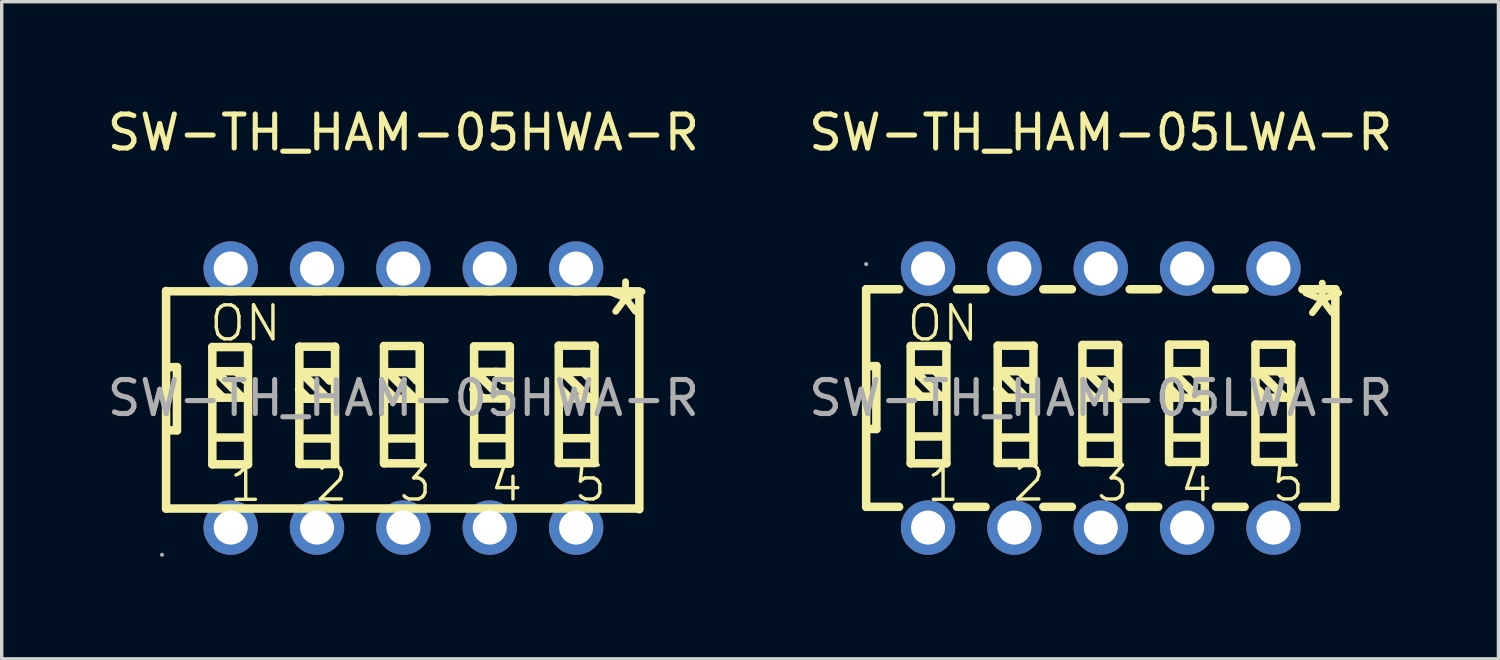
<source format=kicad_pcb>
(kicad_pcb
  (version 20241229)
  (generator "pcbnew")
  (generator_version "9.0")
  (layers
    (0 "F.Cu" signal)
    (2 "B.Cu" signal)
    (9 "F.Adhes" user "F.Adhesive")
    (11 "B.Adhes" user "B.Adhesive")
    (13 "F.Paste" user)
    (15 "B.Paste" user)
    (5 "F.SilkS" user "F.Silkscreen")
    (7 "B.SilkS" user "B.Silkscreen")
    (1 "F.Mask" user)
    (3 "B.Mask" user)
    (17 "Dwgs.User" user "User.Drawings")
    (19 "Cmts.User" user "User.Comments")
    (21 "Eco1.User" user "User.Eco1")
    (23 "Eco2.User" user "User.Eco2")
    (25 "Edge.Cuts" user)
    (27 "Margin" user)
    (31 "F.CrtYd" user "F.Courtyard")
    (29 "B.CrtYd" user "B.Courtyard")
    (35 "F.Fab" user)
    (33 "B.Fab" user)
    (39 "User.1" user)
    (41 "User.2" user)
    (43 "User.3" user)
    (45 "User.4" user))
  (footprint "SW-TH_HAM-05HWA-R"
    (layer "F.Cu")
    (at 8.815 8.658)
    (property "Reference" "SW-TH_HAM-05HWA-R" (at 0 -7.81 0) (layer "F.SilkS") (effects (font (size 1 1) (thickness 0.15))))
    (attr through_hole)
    (fp_line (start -6.98 -3.15) (end -6.98 3.25) (stroke (width 0.25) (type solid)) (layer "F.SilkS"))
    (fp_line (start -6.98 -3.14) (end 6.93 -3.14) (stroke (width 0.25) (type solid)) (layer "F.SilkS"))
    (fp_line (start -6.98 3.25) (end 6.93 3.25) (stroke (width 0.25) (type solid)) (layer "F.SilkS"))
    (fp_line (start -6.96 -0.91) (end -6.66 -0.91) (stroke (width 0.25) (type solid)) (layer "F.SilkS"))
    (fp_line (start -6.66 -0.91) (end -6.66 0.95) (stroke (width 0.25) (type solid)) (layer "F.SilkS"))
    (fp_line (start -6.66 0.95) (end -6.94 0.95) (stroke (width 0.25) (type solid)) (layer "F.SilkS"))
    (fp_line (start -5.62 -1.5) (end -5.62 1.95) (stroke (width 0.25) (type solid)) (layer "F.SilkS"))
    (fp_line (start -5.62 1.95) (end -4.57 1.95) (stroke (width 0.25) (type solid)) (layer "F.SilkS"))
    (fp_line (start -5.52 -0.79) (end -4.77 -0.04) (stroke (width 0.25) (type solid)) (layer "F.SilkS"))
    (fp_line (start -5.51 -0.01) (end -4.64 -0.01) (stroke (width 0.25) (type solid)) (layer "F.SilkS"))
    (fp_line (start -5.49 -0.79) (end -4.62 -0.79) (stroke (width 0.25) (type solid)) (layer "F.SilkS"))
    (fp_line (start -5.49 1.16) (end -4.62 1.16) (stroke (width 0.25) (type solid)) (layer "F.SilkS"))
    (fp_line (start -5.31 -0.01) (end -5.58 -0.28) (stroke (width 0.25) (type solid)) (layer "F.SilkS"))
    (fp_line (start -4.92 -0.79) (end -4.68 -0.55) (stroke (width 0.25) (type solid)) (layer "F.SilkS"))
    (fp_line (start -4.77 -0.04) (end -4.77 -0.01) (stroke (width 0.25) (type solid)) (layer "F.SilkS"))
    (fp_line (start -4.68 -0.55) (end -4.65 -0.55) (stroke (width 0.25) (type solid)) (layer "F.SilkS"))
    (fp_line (start -4.57 -1.5) (end -5.62 -1.5) (stroke (width 0.25) (type solid)) (layer "F.SilkS"))
    (fp_line (start -4.57 -1.47) (end -4.57 -1.5) (stroke (width 0.25) (type solid)) (layer "F.SilkS"))
    (fp_line (start -4.57 1.95) (end -4.57 -1.47) (stroke (width 0.25) (type solid)) (layer "F.SilkS"))
    (fp_line (start -3.06 -1.51) (end -3.06 1.94) (stroke (width 0.25) (type solid)) (layer "F.SilkS"))
    (fp_line (start -3.06 1.94) (end -2.01 1.94) (stroke (width 0.25) (type solid)) (layer "F.SilkS"))
    (fp_line (start -3.01 -0.76) (end -2.26 -0.01) (stroke (width 0.25) (type solid)) (layer "F.SilkS"))
    (fp_line (start -3 0.02) (end -2.13 0.02) (stroke (width 0.25) (type solid)) (layer "F.SilkS"))
    (fp_line (start -2.98 -0.76) (end -2.11 -0.76) (stroke (width 0.25) (type solid)) (layer "F.SilkS"))
    (fp_line (start -2.98 1.19) (end -2.11 1.19) (stroke (width 0.25) (type solid)) (layer "F.SilkS"))
    (fp_line (start -2.8 0.02) (end -3.07 -0.25) (stroke (width 0.25) (type solid)) (layer "F.SilkS"))
    (fp_line (start -2.41 -0.76) (end -2.17 -0.52) (stroke (width 0.25) (type solid)) (layer "F.SilkS"))
    (fp_line (start -2.26 -0.01) (end -2.26 0.02) (stroke (width 0.25) (type solid)) (layer "F.SilkS"))
    (fp_line (start -2.17 -0.52) (end -2.14 -0.52) (stroke (width 0.25) (type solid)) (layer "F.SilkS"))
    (fp_line (start -2.01 -1.51) (end -3.06 -1.51) (stroke (width 0.25) (type solid)) (layer "F.SilkS"))
    (fp_line (start -2.01 -1.48) (end -2.01 -1.51) (stroke (width 0.25) (type solid)) (layer "F.SilkS"))
    (fp_line (start -2.01 1.94) (end -2.01 -1.48) (stroke (width 0.25) (type solid)) (layer "F.SilkS"))
    (fp_line (start -0.57 -1.53) (end -0.57 1.92) (stroke (width 0.25) (type solid)) (layer "F.SilkS"))
    (fp_line (start -0.57 1.92) (end 0.48 1.92) (stroke (width 0.25) (type solid)) (layer "F.SilkS"))
    (fp_line (start -0.45 -0.76) (end 0.3 -0.01) (stroke (width 0.25) (type solid)) (layer "F.SilkS"))
    (fp_line (start -0.44 0.02) (end 0.43 0.02) (stroke (width 0.25) (type solid)) (layer "F.SilkS"))
    (fp_line (start -0.42 -0.76) (end 0.45 -0.76) (stroke (width 0.25) (type solid)) (layer "F.SilkS"))
    (fp_line (start -0.42 1.19) (end 0.45 1.19) (stroke (width 0.25) (type solid)) (layer "F.SilkS"))
    (fp_line (start -0.24 0.02) (end -0.51 -0.25) (stroke (width 0.25) (type solid)) (layer "F.SilkS"))
    (fp_line (start 0.15 -0.76) (end 0.39 -0.52) (stroke (width 0.25) (type solid)) (layer "F.SilkS"))
    (fp_line (start 0.3 -0.01) (end 0.3 0.02) (stroke (width 0.25) (type solid)) (layer "F.SilkS"))
    (fp_line (start 0.39 -0.52) (end 0.42 -0.52) (stroke (width 0.25) (type solid)) (layer "F.SilkS"))
    (fp_line (start 0.48 -1.53) (end -0.57 -1.53) (stroke (width 0.25) (type solid)) (layer "F.SilkS"))
    (fp_line (start 0.48 -1.5) (end 0.48 -1.53) (stroke (width 0.25) (type solid)) (layer "F.SilkS"))
    (fp_line (start 0.48 1.92) (end 0.48 -1.5) (stroke (width 0.25) (type solid)) (layer "F.SilkS"))
    (fp_line (start 2.08 -1.52) (end 2.08 1.93) (stroke (width 0.25) (type solid)) (layer "F.SilkS"))
    (fp_line (start 2.08 1.93) (end 3.13 1.93) (stroke (width 0.25) (type solid)) (layer "F.SilkS"))
    (fp_line (start 2.12 -0.77) (end 2.87 -0.02) (stroke (width 0.25) (type solid)) (layer "F.SilkS"))
    (fp_line (start 2.13 0.01) (end 3 0.01) (stroke (width 0.25) (type solid)) (layer "F.SilkS"))
    (fp_line (start 2.15 -0.77) (end 3.02 -0.77) (stroke (width 0.25) (type solid)) (layer "F.SilkS"))
    (fp_line (start 2.15 1.18) (end 3.02 1.18) (stroke (width 0.25) (type solid)) (layer "F.SilkS"))
    (fp_line (start 2.33 0.01) (end 2.06 -0.26) (stroke (width 0.25) (type solid)) (layer "F.SilkS"))
    (fp_line (start 2.72 -0.77) (end 2.96 -0.53) (stroke (width 0.25) (type solid)) (layer "F.SilkS"))
    (fp_line (start 2.87 -0.02) (end 2.87 0.01) (stroke (width 0.25) (type solid)) (layer "F.SilkS"))
    (fp_line (start 2.96 -0.53) (end 2.99 -0.53) (stroke (width 0.25) (type solid)) (layer "F.SilkS"))
    (fp_line (start 3.13 -1.52) (end 2.08 -1.52) (stroke (width 0.25) (type solid)) (layer "F.SilkS"))
    (fp_line (start 3.13 -1.49) (end 3.13 -1.52) (stroke (width 0.25) (type solid)) (layer "F.SilkS"))
    (fp_line (start 3.13 1.93) (end 3.13 -1.49) (stroke (width 0.25) (type solid)) (layer "F.SilkS"))
    (fp_line (start 4.57 -1.54) (end 4.57 1.91) (stroke (width 0.25) (type solid)) (layer "F.SilkS"))
    (fp_line (start 4.57 1.91) (end 5.62 1.91) (stroke (width 0.25) (type solid)) (layer "F.SilkS"))
    (fp_line (start 4.69 -0.77) (end 5.44 -0.02) (stroke (width 0.25) (type solid)) (layer "F.SilkS"))
    (fp_line (start 4.7 0.01) (end 5.57 0.01) (stroke (width 0.25) (type solid)) (layer "F.SilkS"))
    (fp_line (start 4.72 -0.77) (end 5.59 -0.77) (stroke (width 0.25) (type solid)) (layer "F.SilkS"))
    (fp_line (start 4.72 1.18) (end 5.59 1.18) (stroke (width 0.25) (type solid)) (layer "F.SilkS"))
    (fp_line (start 4.9 0.01) (end 4.63 -0.26) (stroke (width 0.25) (type solid)) (layer "F.SilkS"))
    (fp_line (start 5.29 -0.77) (end 5.53 -0.53) (stroke (width 0.25) (type solid)) (layer "F.SilkS"))
    (fp_line (start 5.44 -0.02) (end 5.44 0.01) (stroke (width 0.25) (type solid)) (layer "F.SilkS"))
    (fp_line (start 5.53 -0.53) (end 5.56 -0.53) (stroke (width 0.25) (type solid)) (layer "F.SilkS"))
    (fp_line (start 5.62 -1.54) (end 4.57 -1.54) (stroke (width 0.25) (type solid)) (layer "F.SilkS"))
    (fp_line (start 5.62 -1.51) (end 5.62 -1.54) (stroke (width 0.25) (type solid)) (layer "F.SilkS"))
    (fp_line (start 5.62 1.91) (end 5.62 -1.51) (stroke (width 0.25) (type solid)) (layer "F.SilkS"))
    (fp_line (start 6.94 -3.13) (end 6.94 3.27) (stroke (width 0.25) (type solid)) (layer "F.SilkS"))
    (fp_circle (center -7.1 4.61) (end -7.07 4.61) (stroke (width 0.06) (type solid)) (fill no) (layer "F.Fab"))
    (fp_circle (center -5.08 -3.81) (end -4.88 -3.81) (stroke (width 0.4) (type solid)) (fill no) (layer "F.Fab"))
    (fp_circle (center -5.08 3.81) (end -4.88 3.81) (stroke (width 0.4) (type solid)) (fill no) (layer "F.Fab"))
    (fp_circle (center -2.54 -3.81) (end -2.34 -3.81) (stroke (width 0.4) (type solid)) (fill no) (layer "F.Fab"))
    (fp_circle (center -2.54 3.81) (end -2.34 3.81) (stroke (width 0.4) (type solid)) (fill no) (layer "F.Fab"))
    (fp_circle (center 0 -3.81) (end 0.2 -3.81) (stroke (width 0.4) (type solid)) (fill no) (layer "F.Fab"))
    (fp_circle (center 0 3.81) (end 0.2 3.81) (stroke (width 0.4) (type solid)) (fill no) (layer "F.Fab"))
    (fp_circle (center 2.54 -3.81) (end 2.74 -3.81) (stroke (width 0.4) (type solid)) (fill no) (layer "F.Fab"))
    (fp_circle (center 2.54 3.81) (end 2.74 3.81) (stroke (width 0.4) (type solid)) (fill no) (layer "F.Fab"))
    (fp_circle (center 5.08 -3.81) (end 5.28 -3.81) (stroke (width 0.4) (type solid)) (fill no) (layer "F.Fab"))
    (fp_circle (center 5.08 3.81) (end 5.28 3.81) (stroke (width 0.4) (type solid)) (fill no) (layer "F.Fab"))
    (fp_text user "3" (at -0.19 2.51 0) (layer "F.SilkS") (effects (font (size 1 1) (thickness 0.1)) (justify left)))
    (fp_text user "2" (at -2.65 2.51 0) (layer "F.SilkS") (effects (font (size 1 1) (thickness 0.1)) (justify left)))
    (fp_text user "5" (at 4.95 2.51 0) (layer "F.SilkS") (effects (font (size 1 1) (thickness 0.1)) (justify left)))
    (fp_text user "1" (at -5.18 2.52 0) (layer "F.SilkS") (effects (font (size 1 1) (thickness 0.1)) (justify left)))
    (fp_text user "*" (at 5.63 -2.32 0) (layer "F.SilkS") (effects (font (size 2.03 2.03) (thickness 0.2)) (justify left)))
    (fp_text user "4" (at 2.49 2.51 0) (layer "F.SilkS") (effects (font (size 1 1) (thickness 0.1)) (justify left)))
    (fp_text user "ON" (at -5.76 -2.2 0) (layer "F.SilkS") (effects (font (size 1 1) (thickness 0.1)) (justify left)))
    (fp_text user "${REFERENCE}" (at 0 0 0) (layer "F.Fab") (effects (font (size 1 1) (thickness 0.15))))
    (pad "1" thru_hole circle (at -5.08 3.81) (size 1.6 1.6) (drill 1) (layers "*.Cu" "*.Paste" "*.Mask"))
    (pad "2" thru_hole circle (at -2.54 3.81) (size 1.6 1.6) (drill 1) (layers "*.Cu" "*.Paste" "*.Mask"))
    (pad "3" thru_hole circle (at 0 3.81) (size 1.6 1.6) (drill 1) (layers "*.Cu" "*.Paste" "*.Mask"))
    (pad "4" thru_hole circle (at 2.54 3.81) (size 1.6 1.6) (drill 1) (layers "*.Cu" "*.Paste" "*.Mask"))
    (pad "5" thru_hole circle (at 5.08 3.81) (size 1.6 1.6) (drill 1) (layers "*.Cu" "*.Paste" "*.Mask"))
    (pad "6" thru_hole circle (at 5.08 -3.81) (size 1.6 1.6) (drill 1) (layers "*.Cu" "*.Paste" "*.Mask"))
    (pad "7" thru_hole circle (at 2.54 -3.81) (size 1.6 1.6) (drill 1) (layers "*.Cu" "*.Paste" "*.Mask"))
    (pad "8" thru_hole circle (at 0 -3.81) (size 1.6 1.6) (drill 1) (layers "*.Cu" "*.Paste" "*.Mask"))
    (pad "9" thru_hole circle (at -2.54 -3.81) (size 1.6 1.6) (drill 1) (layers "*.Cu" "*.Paste" "*.Mask"))
    (pad "10" thru_hole circle (at -5.08 -3.81) (size 1.6 1.6) (drill 1) (layers "*.Cu" "*.Paste" "*.Mask")))
  (footprint "SW-TH_HAM-05LWA-R"
    (layer "F.Cu")
    (at 29.327 8.658)
    (property "Reference" "SW-TH_HAM-05LWA-R" (at 0 -7.81 0) (layer "F.SilkS") (effects (font (size 1 1) (thickness 0.15))))
    (attr through_hole)
    (fp_line (start -6.9 -0.94) (end -6.6 -0.94) (stroke (width 0.25) (type solid)) (layer "F.SilkS"))
    (fp_line (start -6.9 3.2) (end -6.9 -3.2) (stroke (width 0.25) (type solid)) (layer "F.SilkS"))
    (fp_line (start -6.6 -0.94) (end -6.6 0.91) (stroke (width 0.25) (type solid)) (layer "F.SilkS"))
    (fp_line (start -6.6 0.91) (end -6.87 0.91) (stroke (width 0.25) (type solid)) (layer "F.SilkS"))
    (fp_line (start -5.93 -3.2) (end -6.9 -3.2) (stroke (width 0.25) (type solid)) (layer "F.SilkS"))
    (fp_line (start -5.93 3.2) (end -6.9 3.2) (stroke (width 0.25) (type solid)) (layer "F.SilkS"))
    (fp_line (start -5.59 -1.53) (end -5.59 1.92) (stroke (width 0.25) (type solid)) (layer "F.SilkS"))
    (fp_line (start -5.59 1.92) (end -4.54 1.92) (stroke (width 0.25) (type solid)) (layer "F.SilkS"))
    (fp_line (start -5.49 -0.82) (end -4.74 -0.07) (stroke (width 0.25) (type solid)) (layer "F.SilkS"))
    (fp_line (start -5.48 -0.04) (end -4.61 -0.04) (stroke (width 0.25) (type solid)) (layer "F.SilkS"))
    (fp_line (start -5.46 -0.82) (end -4.59 -0.82) (stroke (width 0.25) (type solid)) (layer "F.SilkS"))
    (fp_line (start -5.46 1.13) (end -4.59 1.13) (stroke (width 0.25) (type solid)) (layer "F.SilkS"))
    (fp_line (start -5.28 -0.04) (end -5.55 -0.31) (stroke (width 0.25) (type solid)) (layer "F.SilkS"))
    (fp_line (start -4.89 -0.82) (end -4.65 -0.58) (stroke (width 0.25) (type solid)) (layer "F.SilkS"))
    (fp_line (start -4.74 -0.07) (end -4.74 -0.04) (stroke (width 0.25) (type solid)) (layer "F.SilkS"))
    (fp_line (start -4.65 -0.58) (end -4.62 -0.58) (stroke (width 0.25) (type solid)) (layer "F.SilkS"))
    (fp_line (start -4.54 -1.53) (end -5.59 -1.53) (stroke (width 0.25) (type solid)) (layer "F.SilkS"))
    (fp_line (start -4.54 -1.5) (end -4.54 -1.53) (stroke (width 0.25) (type solid)) (layer "F.SilkS"))
    (fp_line (start -4.54 1.92) (end -4.54 -1.5) (stroke (width 0.25) (type solid)) (layer "F.SilkS"))
    (fp_line (start -3.39 -3.2) (end -4.23 -3.2) (stroke (width 0.25) (type solid)) (layer "F.SilkS"))
    (fp_line (start -3.39 3.2) (end -4.23 3.2) (stroke (width 0.25) (type solid)) (layer "F.SilkS"))
    (fp_line (start -3.03 -1.54) (end -3.03 1.91) (stroke (width 0.25) (type solid)) (layer "F.SilkS"))
    (fp_line (start -3.03 1.91) (end -1.98 1.91) (stroke (width 0.25) (type solid)) (layer "F.SilkS"))
    (fp_line (start -2.98 -0.79) (end -2.23 -0.04) (stroke (width 0.25) (type solid)) (layer "F.SilkS"))
    (fp_line (start -2.97 -0.01) (end -2.1 -0.01) (stroke (width 0.25) (type solid)) (layer "F.SilkS"))
    (fp_line (start -2.95 -0.79) (end -2.08 -0.79) (stroke (width 0.25) (type solid)) (layer "F.SilkS"))
    (fp_line (start -2.95 1.16) (end -2.08 1.16) (stroke (width 0.25) (type solid)) (layer "F.SilkS"))
    (fp_line (start -2.77 -0.01) (end -3.04 -0.28) (stroke (width 0.25) (type solid)) (layer "F.SilkS"))
    (fp_line (start -2.38 -0.79) (end -2.14 -0.55) (stroke (width 0.25) (type solid)) (layer "F.SilkS"))
    (fp_line (start -2.23 -0.04) (end -2.23 -0.01) (stroke (width 0.25) (type solid)) (layer "F.SilkS"))
    (fp_line (start -2.14 -0.55) (end -2.11 -0.55) (stroke (width 0.25) (type solid)) (layer "F.SilkS"))
    (fp_line (start -1.98 -1.54) (end -3.03 -1.54) (stroke (width 0.25) (type solid)) (layer "F.SilkS"))
    (fp_line (start -1.98 -1.51) (end -1.98 -1.54) (stroke (width 0.25) (type solid)) (layer "F.SilkS"))
    (fp_line (start -1.98 1.91) (end -1.98 -1.51) (stroke (width 0.25) (type solid)) (layer "F.SilkS"))
    (fp_line (start -0.85 -3.2) (end -1.69 -3.2) (stroke (width 0.25) (type solid)) (layer "F.SilkS"))
    (fp_line (start -0.85 3.2) (end -1.69 3.2) (stroke (width 0.25) (type solid)) (layer "F.SilkS"))
    (fp_line (start -0.54 -1.56) (end -0.54 1.89) (stroke (width 0.25) (type solid)) (layer "F.SilkS"))
    (fp_line (start -0.54 1.89) (end 0.51 1.89) (stroke (width 0.25) (type solid)) (layer "F.SilkS"))
    (fp_line (start -0.42 -0.79) (end 0.33 -0.04) (stroke (width 0.25) (type solid)) (layer "F.SilkS"))
    (fp_line (start -0.41 -0.01) (end 0.46 -0.01) (stroke (width 0.25) (type solid)) (layer "F.SilkS"))
    (fp_line (start -0.39 -0.79) (end 0.48 -0.79) (stroke (width 0.25) (type solid)) (layer "F.SilkS"))
    (fp_line (start -0.39 1.16) (end 0.48 1.16) (stroke (width 0.25) (type solid)) (layer "F.SilkS"))
    (fp_line (start -0.21 -0.01) (end -0.48 -0.28) (stroke (width 0.25) (type solid)) (layer "F.SilkS"))
    (fp_line (start 0.18 -0.79) (end 0.42 -0.55) (stroke (width 0.25) (type solid)) (layer "F.SilkS"))
    (fp_line (start 0.33 -0.04) (end 0.33 -0.01) (stroke (width 0.25) (type solid)) (layer "F.SilkS"))
    (fp_line (start 0.42 -0.55) (end 0.45 -0.55) (stroke (width 0.25) (type solid)) (layer "F.SilkS"))
    (fp_line (start 0.51 -1.56) (end -0.54 -1.56) (stroke (width 0.25) (type solid)) (layer "F.SilkS"))
    (fp_line (start 0.51 -1.53) (end 0.51 -1.56) (stroke (width 0.25) (type solid)) (layer "F.SilkS"))
    (fp_line (start 0.51 1.89) (end 0.51 -1.53) (stroke (width 0.25) (type solid)) (layer "F.SilkS"))
    (fp_line (start 0.85 -3.2) (end 1.69 -3.2) (stroke (width 0.25) (type solid)) (layer "F.SilkS"))
    (fp_line (start 0.85 3.2) (end 1.69 3.2) (stroke (width 0.25) (type solid)) (layer "F.SilkS"))
    (fp_line (start 2.01 -1.57) (end 2.01 1.88) (stroke (width 0.25) (type solid)) (layer "F.SilkS"))
    (fp_line (start 2.01 1.88) (end 3.06 1.88) (stroke (width 0.25) (type solid)) (layer "F.SilkS"))
    (fp_line (start 2.09 -0.79) (end 2.84 -0.04) (stroke (width 0.25) (type solid)) (layer "F.SilkS"))
    (fp_line (start 2.1 -0.01) (end 2.97 -0.01) (stroke (width 0.25) (type solid)) (layer "F.SilkS"))
    (fp_line (start 2.12 -0.79) (end 2.99 -0.79) (stroke (width 0.25) (type solid)) (layer "F.SilkS"))
    (fp_line (start 2.12 1.16) (end 2.99 1.16) (stroke (width 0.25) (type solid)) (layer "F.SilkS"))
    (fp_line (start 2.3 -0.01) (end 2.03 -0.28) (stroke (width 0.25) (type solid)) (layer "F.SilkS"))
    (fp_line (start 2.69 -0.79) (end 2.93 -0.55) (stroke (width 0.25) (type solid)) (layer "F.SilkS"))
    (fp_line (start 2.84 -0.04) (end 2.84 -0.01) (stroke (width 0.25) (type solid)) (layer "F.SilkS"))
    (fp_line (start 2.93 -0.55) (end 2.96 -0.55) (stroke (width 0.25) (type solid)) (layer "F.SilkS"))
    (fp_line (start 3.06 -1.57) (end 2.01 -1.57) (stroke (width 0.25) (type solid)) (layer "F.SilkS"))
    (fp_line (start 3.06 -1.54) (end 3.06 -1.57) (stroke (width 0.25) (type solid)) (layer "F.SilkS"))
    (fp_line (start 3.06 1.88) (end 3.06 -1.54) (stroke (width 0.25) (type solid)) (layer "F.SilkS"))
    (fp_line (start 3.39 -3.2) (end 4.23 -3.2) (stroke (width 0.25) (type solid)) (layer "F.SilkS"))
    (fp_line (start 3.39 3.2) (end 4.23 3.2) (stroke (width 0.25) (type solid)) (layer "F.SilkS"))
    (fp_line (start 4.55 -1.57) (end 4.55 1.88) (stroke (width 0.25) (type solid)) (layer "F.SilkS"))
    (fp_line (start 4.55 1.88) (end 5.6 1.88) (stroke (width 0.25) (type solid)) (layer "F.SilkS"))
    (fp_line (start 4.64 -0.79) (end 5.39 -0.04) (stroke (width 0.25) (type solid)) (layer "F.SilkS"))
    (fp_line (start 4.65 -0.01) (end 5.52 -0.01) (stroke (width 0.25) (type solid)) (layer "F.SilkS"))
    (fp_line (start 4.67 -0.79) (end 5.54 -0.79) (stroke (width 0.25) (type solid)) (layer "F.SilkS"))
    (fp_line (start 4.67 1.16) (end 5.54 1.16) (stroke (width 0.25) (type solid)) (layer "F.SilkS"))
    (fp_line (start 4.85 -0.01) (end 4.58 -0.28) (stroke (width 0.25) (type solid)) (layer "F.SilkS"))
    (fp_line (start 5.24 -0.79) (end 5.48 -0.55) (stroke (width 0.25) (type solid)) (layer "F.SilkS"))
    (fp_line (start 5.39 -0.04) (end 5.39 -0.01) (stroke (width 0.25) (type solid)) (layer "F.SilkS"))
    (fp_line (start 5.48 -0.55) (end 5.51 -0.55) (stroke (width 0.25) (type solid)) (layer "F.SilkS"))
    (fp_line (start 5.6 -1.57) (end 4.55 -1.57) (stroke (width 0.25) (type solid)) (layer "F.SilkS"))
    (fp_line (start 5.6 -1.54) (end 5.6 -1.57) (stroke (width 0.25) (type solid)) (layer "F.SilkS"))
    (fp_line (start 5.6 1.88) (end 5.6 -1.54) (stroke (width 0.25) (type solid)) (layer "F.SilkS"))
    (fp_line (start 5.93 -3.2) (end 6.9 -3.2) (stroke (width 0.25) (type solid)) (layer "F.SilkS"))
    (fp_line (start 5.93 3.2) (end 6.9 3.2) (stroke (width 0.25) (type solid)) (layer "F.SilkS"))
    (fp_line (start 6.9 -3.2) (end 6.9 3.2) (stroke (width 0.25) (type solid)) (layer "F.SilkS"))
    (fp_circle (center -6.9 -3.94) (end -6.87 -3.94) (stroke (width 0.06) (type solid)) (fill no) (layer "F.Fab"))
    (fp_text user "ON" (at -5.76 -2.2 0) (layer "F.SilkS") (effects (font (size 1 1) (thickness 0.1)) (justify left)))
    (fp_text user "*" (at 5.61 -2.28 0) (layer "F.SilkS") (effects (font (size 2.03 2.03) (thickness 0.2)) (justify left)))
    (fp_text user "4" (at 2.27 2.53 0) (layer "F.SilkS") (effects (font (size 1 1) (thickness 0.1)) (justify left)))
    (fp_text user "1" (at -5.18 2.52 0) (layer "F.SilkS") (effects (font (size 1 1) (thickness 0.1)) (justify left)))
    (fp_text user "5" (at 4.97 2.51 0) (layer "F.SilkS") (effects (font (size 1 1) (thickness 0.1)) (justify left)))
    (fp_text user "3" (at -0.19 2.51 0) (layer "F.SilkS") (effects (font (size 1 1) (thickness 0.1)) (justify left)))
    (fp_text user "2" (at -2.65 2.51 0) (layer "F.SilkS") (effects (font (size 1 1) (thickness 0.1)) (justify left)))
    (fp_text user "${REFERENCE}" (at 0 0 0) (layer "F.Fab") (effects (font (size 1 1) (thickness 0.15))))
    (pad "1" thru_hole circle (at -5.08 -3.81 180) (size 1.6 1.6) (drill 1) (layers "*.Cu" "*.Paste" "*.Mask"))
    (pad "2" thru_hole circle (at -2.54 -3.81 180) (size 1.6 1.6) (drill 1) (layers "*.Cu" "*.Paste" "*.Mask"))
    (pad "3" thru_hole circle (at 0 -3.81 180) (size 1.6 1.6) (drill 1) (layers "*.Cu" "*.Paste" "*.Mask"))
    (pad "4" thru_hole circle (at 2.54 -3.81 180) (size 1.6 1.6) (drill 1) (layers "*.Cu" "*.Paste" "*.Mask"))
    (pad "5" thru_hole circle (at 5.08 -3.81 180) (size 1.6 1.6) (drill 1) (layers "*.Cu" "*.Paste" "*.Mask"))
    (pad "6" thru_hole circle (at 5.08 3.81) (size 1.6 1.6) (drill 1) (layers "*.Cu" "*.Paste" "*.Mask"))
    (pad "7" thru_hole circle (at 2.54 3.81) (size 1.6 1.6) (drill 1) (layers "*.Cu" "*.Paste" "*.Mask"))
    (pad "8" thru_hole circle (at 0 3.81) (size 1.6 1.6) (drill 1) (layers "*.Cu" "*.Paste" "*.Mask"))
    (pad "9" thru_hole circle (at -2.54 3.81 180) (size 1.6 1.6) (drill 1) (layers "*.Cu" "*.Paste" "*.Mask"))
    (pad "10" thru_hole circle (at -5.08 3.81 180) (size 1.6 1.6) (drill 1) (layers "*.Cu" "*.Paste" "*.Mask")))
  (gr_rect
    (start -3 -3)
    (end 41.024 16.328)
    (stroke (width 0.1) (type default))
    (fill no)
    (layer "Edge.Cuts")))
</source>
